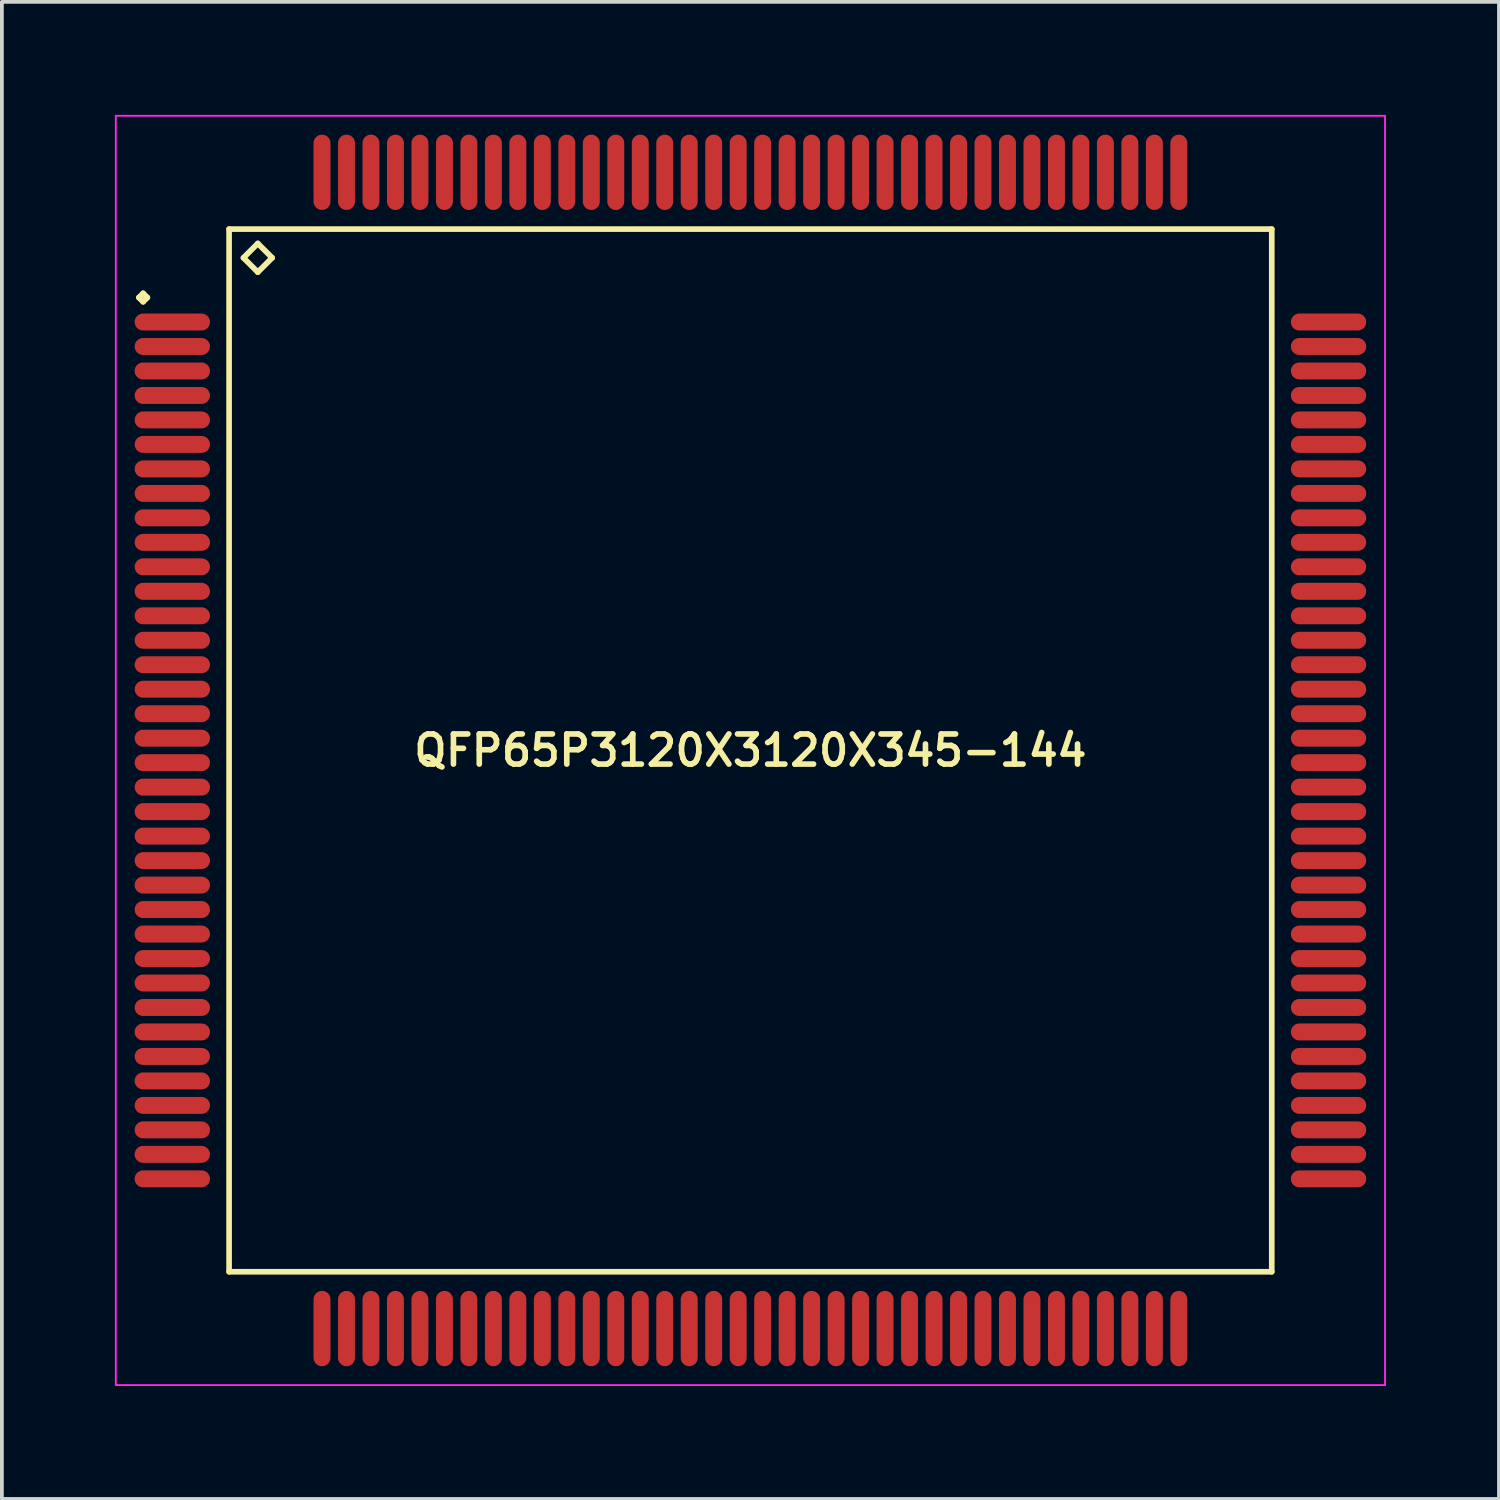
<source format=kicad_pcb>
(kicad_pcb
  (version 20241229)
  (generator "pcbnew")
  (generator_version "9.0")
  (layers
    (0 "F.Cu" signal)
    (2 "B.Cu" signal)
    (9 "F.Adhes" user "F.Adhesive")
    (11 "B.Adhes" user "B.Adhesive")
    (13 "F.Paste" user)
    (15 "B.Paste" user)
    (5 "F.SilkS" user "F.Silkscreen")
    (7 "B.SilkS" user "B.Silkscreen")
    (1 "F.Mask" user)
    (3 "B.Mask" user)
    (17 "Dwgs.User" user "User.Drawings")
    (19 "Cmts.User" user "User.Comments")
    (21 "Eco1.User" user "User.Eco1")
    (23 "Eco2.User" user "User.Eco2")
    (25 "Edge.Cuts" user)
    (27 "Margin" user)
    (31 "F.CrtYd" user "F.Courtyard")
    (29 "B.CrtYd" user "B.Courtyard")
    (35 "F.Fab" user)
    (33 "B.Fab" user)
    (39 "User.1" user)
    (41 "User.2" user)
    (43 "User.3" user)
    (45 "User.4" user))
  (footprint "QFP65P3120X3120X345-144"
    (layer "F.Cu")
    (at 16.875 16.875)
    (property "Reference" "QFP65P3120X3120X345-144" (at 0 0 0) (layer "F.SilkS") (effects (font (size 0.8 0.8) (thickness 0.15))))
    (attr smd)
    (fp_line (start -16.238 -12.025) (end -16.125 -12.137) (stroke (width 0.15) (type solid)) (layer "F.SilkS"))
    (fp_line (start -16.125 -12.137) (end -16.012 -12.025) (stroke (width 0.15) (type solid)) (layer "F.SilkS"))
    (fp_line (start -16.125 -11.912) (end -16.238 -12.025) (stroke (width 0.15) (type solid)) (layer "F.SilkS"))
    (fp_line (start -16.012 -12.025) (end -16.125 -11.912) (stroke (width 0.15) (type solid)) (layer "F.SilkS"))
    (fp_line (start -13.842 -13.842) (end -13.842 13.842) (stroke (width 0.15) (type solid)) (layer "F.SilkS"))
    (fp_line (start -13.842 13.842) (end 13.842 13.842) (stroke (width 0.15) (type solid)) (layer "F.SilkS"))
    (fp_line (start -13.461 -13.08) (end -13.08 -13.461) (stroke (width 0.15) (type solid)) (layer "F.SilkS"))
    (fp_line (start -13.08 -13.461) (end -12.699 -13.08) (stroke (width 0.15) (type solid)) (layer "F.SilkS"))
    (fp_line (start -13.08 -12.699) (end -13.461 -13.08) (stroke (width 0.15) (type solid)) (layer "F.SilkS"))
    (fp_line (start -12.699 -13.08) (end -13.08 -12.699) (stroke (width 0.15) (type solid)) (layer "F.SilkS"))
    (fp_line (start 13.842 -13.842) (end -13.842 -13.842) (stroke (width 0.15) (type solid)) (layer "F.SilkS"))
    (fp_line (start 13.842 13.842) (end 13.842 -13.842) (stroke (width 0.15) (type solid)) (layer "F.SilkS"))
    (fp_line (start -16.85 -16.85) (end 16.85 -16.85) (stroke (width 0.05) (type solid)) (layer "F.CrtYd"))
    (fp_line (start -16.85 16.85) (end -16.85 -16.85) (stroke (width 0.05) (type solid)) (layer "F.CrtYd"))
    (fp_line (start 16.85 -16.85) (end 16.85 16.85) (stroke (width 0.05) (type solid)) (layer "F.CrtYd"))
    (fp_line (start 16.85 16.85) (end -16.85 16.85) (stroke (width 0.05) (type solid)) (layer "F.CrtYd"))
    (pad "1" smd oval (at -15.35 -11.375) (size 2 0.45) (layers "F.Cu" "F.Mask" "F.Paste"))
    (pad "2" smd oval (at -15.35 -10.725) (size 2 0.45) (layers "F.Cu" "F.Mask" "F.Paste"))
    (pad "3" smd oval (at -15.35 -10.075) (size 2 0.45) (layers "F.Cu" "F.Mask" "F.Paste"))
    (pad "4" smd oval (at -15.35 -9.425) (size 2 0.45) (layers "F.Cu" "F.Mask" "F.Paste"))
    (pad "5" smd oval (at -15.35 -8.775) (size 2 0.45) (layers "F.Cu" "F.Mask" "F.Paste"))
    (pad "6" smd oval (at -15.35 -8.125) (size 2 0.45) (layers "F.Cu" "F.Mask" "F.Paste"))
    (pad "7" smd oval (at -15.35 -7.475) (size 2 0.45) (layers "F.Cu" "F.Mask" "F.Paste"))
    (pad "8" smd oval (at -15.35 -6.825) (size 2 0.45) (layers "F.Cu" "F.Mask" "F.Paste"))
    (pad "9" smd oval (at -15.35 -6.175) (size 2 0.45) (layers "F.Cu" "F.Mask" "F.Paste"))
    (pad "10" smd oval (at -15.35 -5.525) (size 2 0.45) (layers "F.Cu" "F.Mask" "F.Paste"))
    (pad "11" smd oval (at -15.35 -4.875) (size 2 0.45) (layers "F.Cu" "F.Mask" "F.Paste"))
    (pad "12" smd oval (at -15.35 -4.225) (size 2 0.45) (layers "F.Cu" "F.Mask" "F.Paste"))
    (pad "13" smd oval (at -15.35 -3.575) (size 2 0.45) (layers "F.Cu" "F.Mask" "F.Paste"))
    (pad "14" smd oval (at -15.35 -2.925) (size 2 0.45) (layers "F.Cu" "F.Mask" "F.Paste"))
    (pad "15" smd oval (at -15.35 -2.275) (size 2 0.45) (layers "F.Cu" "F.Mask" "F.Paste"))
    (pad "16" smd oval (at -15.35 -1.625) (size 2 0.45) (layers "F.Cu" "F.Mask" "F.Paste"))
    (pad "17" smd oval (at -15.35 -0.975) (size 2 0.45) (layers "F.Cu" "F.Mask" "F.Paste"))
    (pad "18" smd oval (at -15.35 -0.325) (size 2 0.45) (layers "F.Cu" "F.Mask" "F.Paste"))
    (pad "19" smd oval (at -15.35 0.325) (size 2 0.45) (layers "F.Cu" "F.Mask" "F.Paste"))
    (pad "20" smd oval (at -15.35 0.975) (size 2 0.45) (layers "F.Cu" "F.Mask" "F.Paste"))
    (pad "21" smd oval (at -15.35 1.625) (size 2 0.45) (layers "F.Cu" "F.Mask" "F.Paste"))
    (pad "22" smd oval (at -15.35 2.275) (size 2 0.45) (layers "F.Cu" "F.Mask" "F.Paste"))
    (pad "23" smd oval (at -15.35 2.925) (size 2 0.45) (layers "F.Cu" "F.Mask" "F.Paste"))
    (pad "24" smd oval (at -15.35 3.575) (size 2 0.45) (layers "F.Cu" "F.Mask" "F.Paste"))
    (pad "25" smd oval (at -15.35 4.225) (size 2 0.45) (layers "F.Cu" "F.Mask" "F.Paste"))
    (pad "26" smd oval (at -15.35 4.875) (size 2 0.45) (layers "F.Cu" "F.Mask" "F.Paste"))
    (pad "27" smd oval (at -15.35 5.525) (size 2 0.45) (layers "F.Cu" "F.Mask" "F.Paste"))
    (pad "28" smd oval (at -15.35 6.175) (size 2 0.45) (layers "F.Cu" "F.Mask" "F.Paste"))
    (pad "29" smd oval (at -15.35 6.825) (size 2 0.45) (layers "F.Cu" "F.Mask" "F.Paste"))
    (pad "30" smd oval (at -15.35 7.475) (size 2 0.45) (layers "F.Cu" "F.Mask" "F.Paste"))
    (pad "31" smd oval (at -15.35 8.125) (size 2 0.45) (layers "F.Cu" "F.Mask" "F.Paste"))
    (pad "32" smd oval (at -15.35 8.775) (size 2 0.45) (layers "F.Cu" "F.Mask" "F.Paste"))
    (pad "33" smd oval (at -15.35 9.425) (size 2 0.45) (layers "F.Cu" "F.Mask" "F.Paste"))
    (pad "34" smd oval (at -15.35 10.075) (size 2 0.45) (layers "F.Cu" "F.Mask" "F.Paste"))
    (pad "35" smd oval (at -15.35 10.725) (size 2 0.45) (layers "F.Cu" "F.Mask" "F.Paste"))
    (pad "36" smd oval (at -15.35 11.375) (size 2 0.45) (layers "F.Cu" "F.Mask" "F.Paste"))
    (pad "37" smd oval (at -11.375 15.35) (size 0.45 2) (layers "F.Cu" "F.Mask" "F.Paste"))
    (pad "38" smd oval (at -10.725 15.35) (size 0.45 2) (layers "F.Cu" "F.Mask" "F.Paste"))
    (pad "39" smd oval (at -10.075 15.35) (size 0.45 2) (layers "F.Cu" "F.Mask" "F.Paste"))
    (pad "40" smd oval (at -9.425 15.35) (size 0.45 2) (layers "F.Cu" "F.Mask" "F.Paste"))
    (pad "41" smd oval (at -8.775 15.35) (size 0.45 2) (layers "F.Cu" "F.Mask" "F.Paste"))
    (pad "42" smd oval (at -8.125 15.35) (size 0.45 2) (layers "F.Cu" "F.Mask" "F.Paste"))
    (pad "43" smd oval (at -7.475 15.35) (size 0.45 2) (layers "F.Cu" "F.Mask" "F.Paste"))
    (pad "44" smd oval (at -6.825 15.35) (size 0.45 2) (layers "F.Cu" "F.Mask" "F.Paste"))
    (pad "45" smd oval (at -6.175 15.35) (size 0.45 2) (layers "F.Cu" "F.Mask" "F.Paste"))
    (pad "46" smd oval (at -5.525 15.35) (size 0.45 2) (layers "F.Cu" "F.Mask" "F.Paste"))
    (pad "47" smd oval (at -4.875 15.35) (size 0.45 2) (layers "F.Cu" "F.Mask" "F.Paste"))
    (pad "48" smd oval (at -4.225 15.35) (size 0.45 2) (layers "F.Cu" "F.Mask" "F.Paste"))
    (pad "49" smd oval (at -3.575 15.35) (size 0.45 2) (layers "F.Cu" "F.Mask" "F.Paste"))
    (pad "50" smd oval (at -2.925 15.35) (size 0.45 2) (layers "F.Cu" "F.Mask" "F.Paste"))
    (pad "51" smd oval (at -2.275 15.35) (size 0.45 2) (layers "F.Cu" "F.Mask" "F.Paste"))
    (pad "52" smd oval (at -1.625 15.35) (size 0.45 2) (layers "F.Cu" "F.Mask" "F.Paste"))
    (pad "53" smd oval (at -0.975 15.35) (size 0.45 2) (layers "F.Cu" "F.Mask" "F.Paste"))
    (pad "54" smd oval (at -0.325 15.35) (size 0.45 2) (layers "F.Cu" "F.Mask" "F.Paste"))
    (pad "55" smd oval (at 0.325 15.35) (size 0.45 2) (layers "F.Cu" "F.Mask" "F.Paste"))
    (pad "56" smd oval (at 0.975 15.35) (size 0.45 2) (layers "F.Cu" "F.Mask" "F.Paste"))
    (pad "57" smd oval (at 1.625 15.35) (size 0.45 2) (layers "F.Cu" "F.Mask" "F.Paste"))
    (pad "58" smd oval (at 2.275 15.35) (size 0.45 2) (layers "F.Cu" "F.Mask" "F.Paste"))
    (pad "59" smd oval (at 2.925 15.35) (size 0.45 2) (layers "F.Cu" "F.Mask" "F.Paste"))
    (pad "60" smd oval (at 3.575 15.35) (size 0.45 2) (layers "F.Cu" "F.Mask" "F.Paste"))
    (pad "61" smd oval (at 4.225 15.35) (size 0.45 2) (layers "F.Cu" "F.Mask" "F.Paste"))
    (pad "62" smd oval (at 4.875 15.35) (size 0.45 2) (layers "F.Cu" "F.Mask" "F.Paste"))
    (pad "63" smd oval (at 5.525 15.35) (size 0.45 2) (layers "F.Cu" "F.Mask" "F.Paste"))
    (pad "64" smd oval (at 6.175 15.35) (size 0.45 2) (layers "F.Cu" "F.Mask" "F.Paste"))
    (pad "65" smd oval (at 6.825 15.35) (size 0.45 2) (layers "F.Cu" "F.Mask" "F.Paste"))
    (pad "66" smd oval (at 7.475 15.35) (size 0.45 2) (layers "F.Cu" "F.Mask" "F.Paste"))
    (pad "67" smd oval (at 8.125 15.35) (size 0.45 2) (layers "F.Cu" "F.Mask" "F.Paste"))
    (pad "68" smd oval (at 8.775 15.35) (size 0.45 2) (layers "F.Cu" "F.Mask" "F.Paste"))
    (pad "69" smd oval (at 9.425 15.35) (size 0.45 2) (layers "F.Cu" "F.Mask" "F.Paste"))
    (pad "70" smd oval (at 10.075 15.35) (size 0.45 2) (layers "F.Cu" "F.Mask" "F.Paste"))
    (pad "71" smd oval (at 10.725 15.35) (size 0.45 2) (layers "F.Cu" "F.Mask" "F.Paste"))
    (pad "72" smd oval (at 11.375 15.35) (size 0.45 2) (layers "F.Cu" "F.Mask" "F.Paste"))
    (pad "73" smd oval (at 15.35 11.375) (size 2 0.45) (layers "F.Cu" "F.Mask" "F.Paste"))
    (pad "74" smd oval (at 15.35 10.725) (size 2 0.45) (layers "F.Cu" "F.Mask" "F.Paste"))
    (pad "75" smd oval (at 15.35 10.075) (size 2 0.45) (layers "F.Cu" "F.Mask" "F.Paste"))
    (pad "76" smd oval (at 15.35 9.425) (size 2 0.45) (layers "F.Cu" "F.Mask" "F.Paste"))
    (pad "77" smd oval (at 15.35 8.775) (size 2 0.45) (layers "F.Cu" "F.Mask" "F.Paste"))
    (pad "78" smd oval (at 15.35 8.125) (size 2 0.45) (layers "F.Cu" "F.Mask" "F.Paste"))
    (pad "79" smd oval (at 15.35 7.475) (size 2 0.45) (layers "F.Cu" "F.Mask" "F.Paste"))
    (pad "80" smd oval (at 15.35 6.825) (size 2 0.45) (layers "F.Cu" "F.Mask" "F.Paste"))
    (pad "81" smd oval (at 15.35 6.175) (size 2 0.45) (layers "F.Cu" "F.Mask" "F.Paste"))
    (pad "82" smd oval (at 15.35 5.525) (size 2 0.45) (layers "F.Cu" "F.Mask" "F.Paste"))
    (pad "83" smd oval (at 15.35 4.875) (size 2 0.45) (layers "F.Cu" "F.Mask" "F.Paste"))
    (pad "84" smd oval (at 15.35 4.225) (size 2 0.45) (layers "F.Cu" "F.Mask" "F.Paste"))
    (pad "85" smd oval (at 15.35 3.575) (size 2 0.45) (layers "F.Cu" "F.Mask" "F.Paste"))
    (pad "86" smd oval (at 15.35 2.925) (size 2 0.45) (layers "F.Cu" "F.Mask" "F.Paste"))
    (pad "87" smd oval (at 15.35 2.275) (size 2 0.45) (layers "F.Cu" "F.Mask" "F.Paste"))
    (pad "88" smd oval (at 15.35 1.625) (size 2 0.45) (layers "F.Cu" "F.Mask" "F.Paste"))
    (pad "89" smd oval (at 15.35 0.975) (size 2 0.45) (layers "F.Cu" "F.Mask" "F.Paste"))
    (pad "90" smd oval (at 15.35 0.325) (size 2 0.45) (layers "F.Cu" "F.Mask" "F.Paste"))
    (pad "91" smd oval (at 15.35 -0.325) (size 2 0.45) (layers "F.Cu" "F.Mask" "F.Paste"))
    (pad "92" smd oval (at 15.35 -0.975) (size 2 0.45) (layers "F.Cu" "F.Mask" "F.Paste"))
    (pad "93" smd oval (at 15.35 -1.625) (size 2 0.45) (layers "F.Cu" "F.Mask" "F.Paste"))
    (pad "94" smd oval (at 15.35 -2.275) (size 2 0.45) (layers "F.Cu" "F.Mask" "F.Paste"))
    (pad "95" smd oval (at 15.35 -2.925) (size 2 0.45) (layers "F.Cu" "F.Mask" "F.Paste"))
    (pad "96" smd oval (at 15.35 -3.575) (size 2 0.45) (layers "F.Cu" "F.Mask" "F.Paste"))
    (pad "97" smd oval (at 15.35 -4.225) (size 2 0.45) (layers "F.Cu" "F.Mask" "F.Paste"))
    (pad "98" smd oval (at 15.35 -4.875) (size 2 0.45) (layers "F.Cu" "F.Mask" "F.Paste"))
    (pad "99" smd oval (at 15.35 -5.525) (size 2 0.45) (layers "F.Cu" "F.Mask" "F.Paste"))
    (pad "100" smd oval (at 15.35 -6.175) (size 2 0.45) (layers "F.Cu" "F.Mask" "F.Paste"))
    (pad "101" smd oval (at 15.35 -6.825) (size 2 0.45) (layers "F.Cu" "F.Mask" "F.Paste"))
    (pad "102" smd oval (at 15.35 -7.475) (size 2 0.45) (layers "F.Cu" "F.Mask" "F.Paste"))
    (pad "103" smd oval (at 15.35 -8.125) (size 2 0.45) (layers "F.Cu" "F.Mask" "F.Paste"))
    (pad "104" smd oval (at 15.35 -8.775) (size 2 0.45) (layers "F.Cu" "F.Mask" "F.Paste"))
    (pad "105" smd oval (at 15.35 -9.425) (size 2 0.45) (layers "F.Cu" "F.Mask" "F.Paste"))
    (pad "106" smd oval (at 15.35 -10.075) (size 2 0.45) (layers "F.Cu" "F.Mask" "F.Paste"))
    (pad "107" smd oval (at 15.35 -10.725) (size 2 0.45) (layers "F.Cu" "F.Mask" "F.Paste"))
    (pad "108" smd oval (at 15.35 -11.375) (size 2 0.45) (layers "F.Cu" "F.Mask" "F.Paste"))
    (pad "109" smd oval (at 11.375 -15.35) (size 0.45 2) (layers "F.Cu" "F.Mask" "F.Paste"))
    (pad "110" smd oval (at 10.725 -15.35) (size 0.45 2) (layers "F.Cu" "F.Mask" "F.Paste"))
    (pad "111" smd oval (at 10.075 -15.35) (size 0.45 2) (layers "F.Cu" "F.Mask" "F.Paste"))
    (pad "112" smd oval (at 9.425 -15.35) (size 0.45 2) (layers "F.Cu" "F.Mask" "F.Paste"))
    (pad "113" smd oval (at 8.775 -15.35) (size 0.45 2) (layers "F.Cu" "F.Mask" "F.Paste"))
    (pad "114" smd oval (at 8.125 -15.35) (size 0.45 2) (layers "F.Cu" "F.Mask" "F.Paste"))
    (pad "115" smd oval (at 7.475 -15.35) (size 0.45 2) (layers "F.Cu" "F.Mask" "F.Paste"))
    (pad "116" smd oval (at 6.825 -15.35) (size 0.45 2) (layers "F.Cu" "F.Mask" "F.Paste"))
    (pad "117" smd oval (at 6.175 -15.35) (size 0.45 2) (layers "F.Cu" "F.Mask" "F.Paste"))
    (pad "118" smd oval (at 5.525 -15.35) (size 0.45 2) (layers "F.Cu" "F.Mask" "F.Paste"))
    (pad "119" smd oval (at 4.875 -15.35) (size 0.45 2) (layers "F.Cu" "F.Mask" "F.Paste"))
    (pad "120" smd oval (at 4.225 -15.35) (size 0.45 2) (layers "F.Cu" "F.Mask" "F.Paste"))
    (pad "121" smd oval (at 3.575 -15.35) (size 0.45 2) (layers "F.Cu" "F.Mask" "F.Paste"))
    (pad "122" smd oval (at 2.925 -15.35) (size 0.45 2) (layers "F.Cu" "F.Mask" "F.Paste"))
    (pad "123" smd oval (at 2.275 -15.35) (size 0.45 2) (layers "F.Cu" "F.Mask" "F.Paste"))
    (pad "124" smd oval (at 1.625 -15.35) (size 0.45 2) (layers "F.Cu" "F.Mask" "F.Paste"))
    (pad "125" smd oval (at 0.975 -15.35) (size 0.45 2) (layers "F.Cu" "F.Mask" "F.Paste"))
    (pad "126" smd oval (at 0.325 -15.35) (size 0.45 2) (layers "F.Cu" "F.Mask" "F.Paste"))
    (pad "127" smd oval (at -0.325 -15.35) (size 0.45 2) (layers "F.Cu" "F.Mask" "F.Paste"))
    (pad "128" smd oval (at -0.975 -15.35) (size 0.45 2) (layers "F.Cu" "F.Mask" "F.Paste"))
    (pad "129" smd oval (at -1.625 -15.35) (size 0.45 2) (layers "F.Cu" "F.Mask" "F.Paste"))
    (pad "130" smd oval (at -2.275 -15.35) (size 0.45 2) (layers "F.Cu" "F.Mask" "F.Paste"))
    (pad "131" smd oval (at -2.925 -15.35) (size 0.45 2) (layers "F.Cu" "F.Mask" "F.Paste"))
    (pad "132" smd oval (at -3.575 -15.35) (size 0.45 2) (layers "F.Cu" "F.Mask" "F.Paste"))
    (pad "133" smd oval (at -4.225 -15.35) (size 0.45 2) (layers "F.Cu" "F.Mask" "F.Paste"))
    (pad "134" smd oval (at -4.875 -15.35) (size 0.45 2) (layers "F.Cu" "F.Mask" "F.Paste"))
    (pad "135" smd oval (at -5.525 -15.35) (size 0.45 2) (layers "F.Cu" "F.Mask" "F.Paste"))
    (pad "136" smd oval (at -6.175 -15.35) (size 0.45 2) (layers "F.Cu" "F.Mask" "F.Paste"))
    (pad "137" smd oval (at -6.825 -15.35) (size 0.45 2) (layers "F.Cu" "F.Mask" "F.Paste"))
    (pad "138" smd oval (at -7.475 -15.35) (size 0.45 2) (layers "F.Cu" "F.Mask" "F.Paste"))
    (pad "139" smd oval (at -8.125 -15.35) (size 0.45 2) (layers "F.Cu" "F.Mask" "F.Paste"))
    (pad "140" smd oval (at -8.775 -15.35) (size 0.45 2) (layers "F.Cu" "F.Mask" "F.Paste"))
    (pad "141" smd oval (at -9.425 -15.35) (size 0.45 2) (layers "F.Cu" "F.Mask" "F.Paste"))
    (pad "142" smd oval (at -10.075 -15.35) (size 0.45 2) (layers "F.Cu" "F.Mask" "F.Paste"))
    (pad "143" smd oval (at -10.725 -15.35) (size 0.45 2) (layers "F.Cu" "F.Mask" "F.Paste"))
    (pad "144" smd oval (at -11.375 -15.35) (size 0.45 2) (layers "F.Cu" "F.Mask" "F.Paste")))
  (gr_rect
    (start -3 -3)
    (end 36.75 36.75)
    (stroke (width 0.1) (type default))
    (fill no)
    (layer "Edge.Cuts")))
</source>
